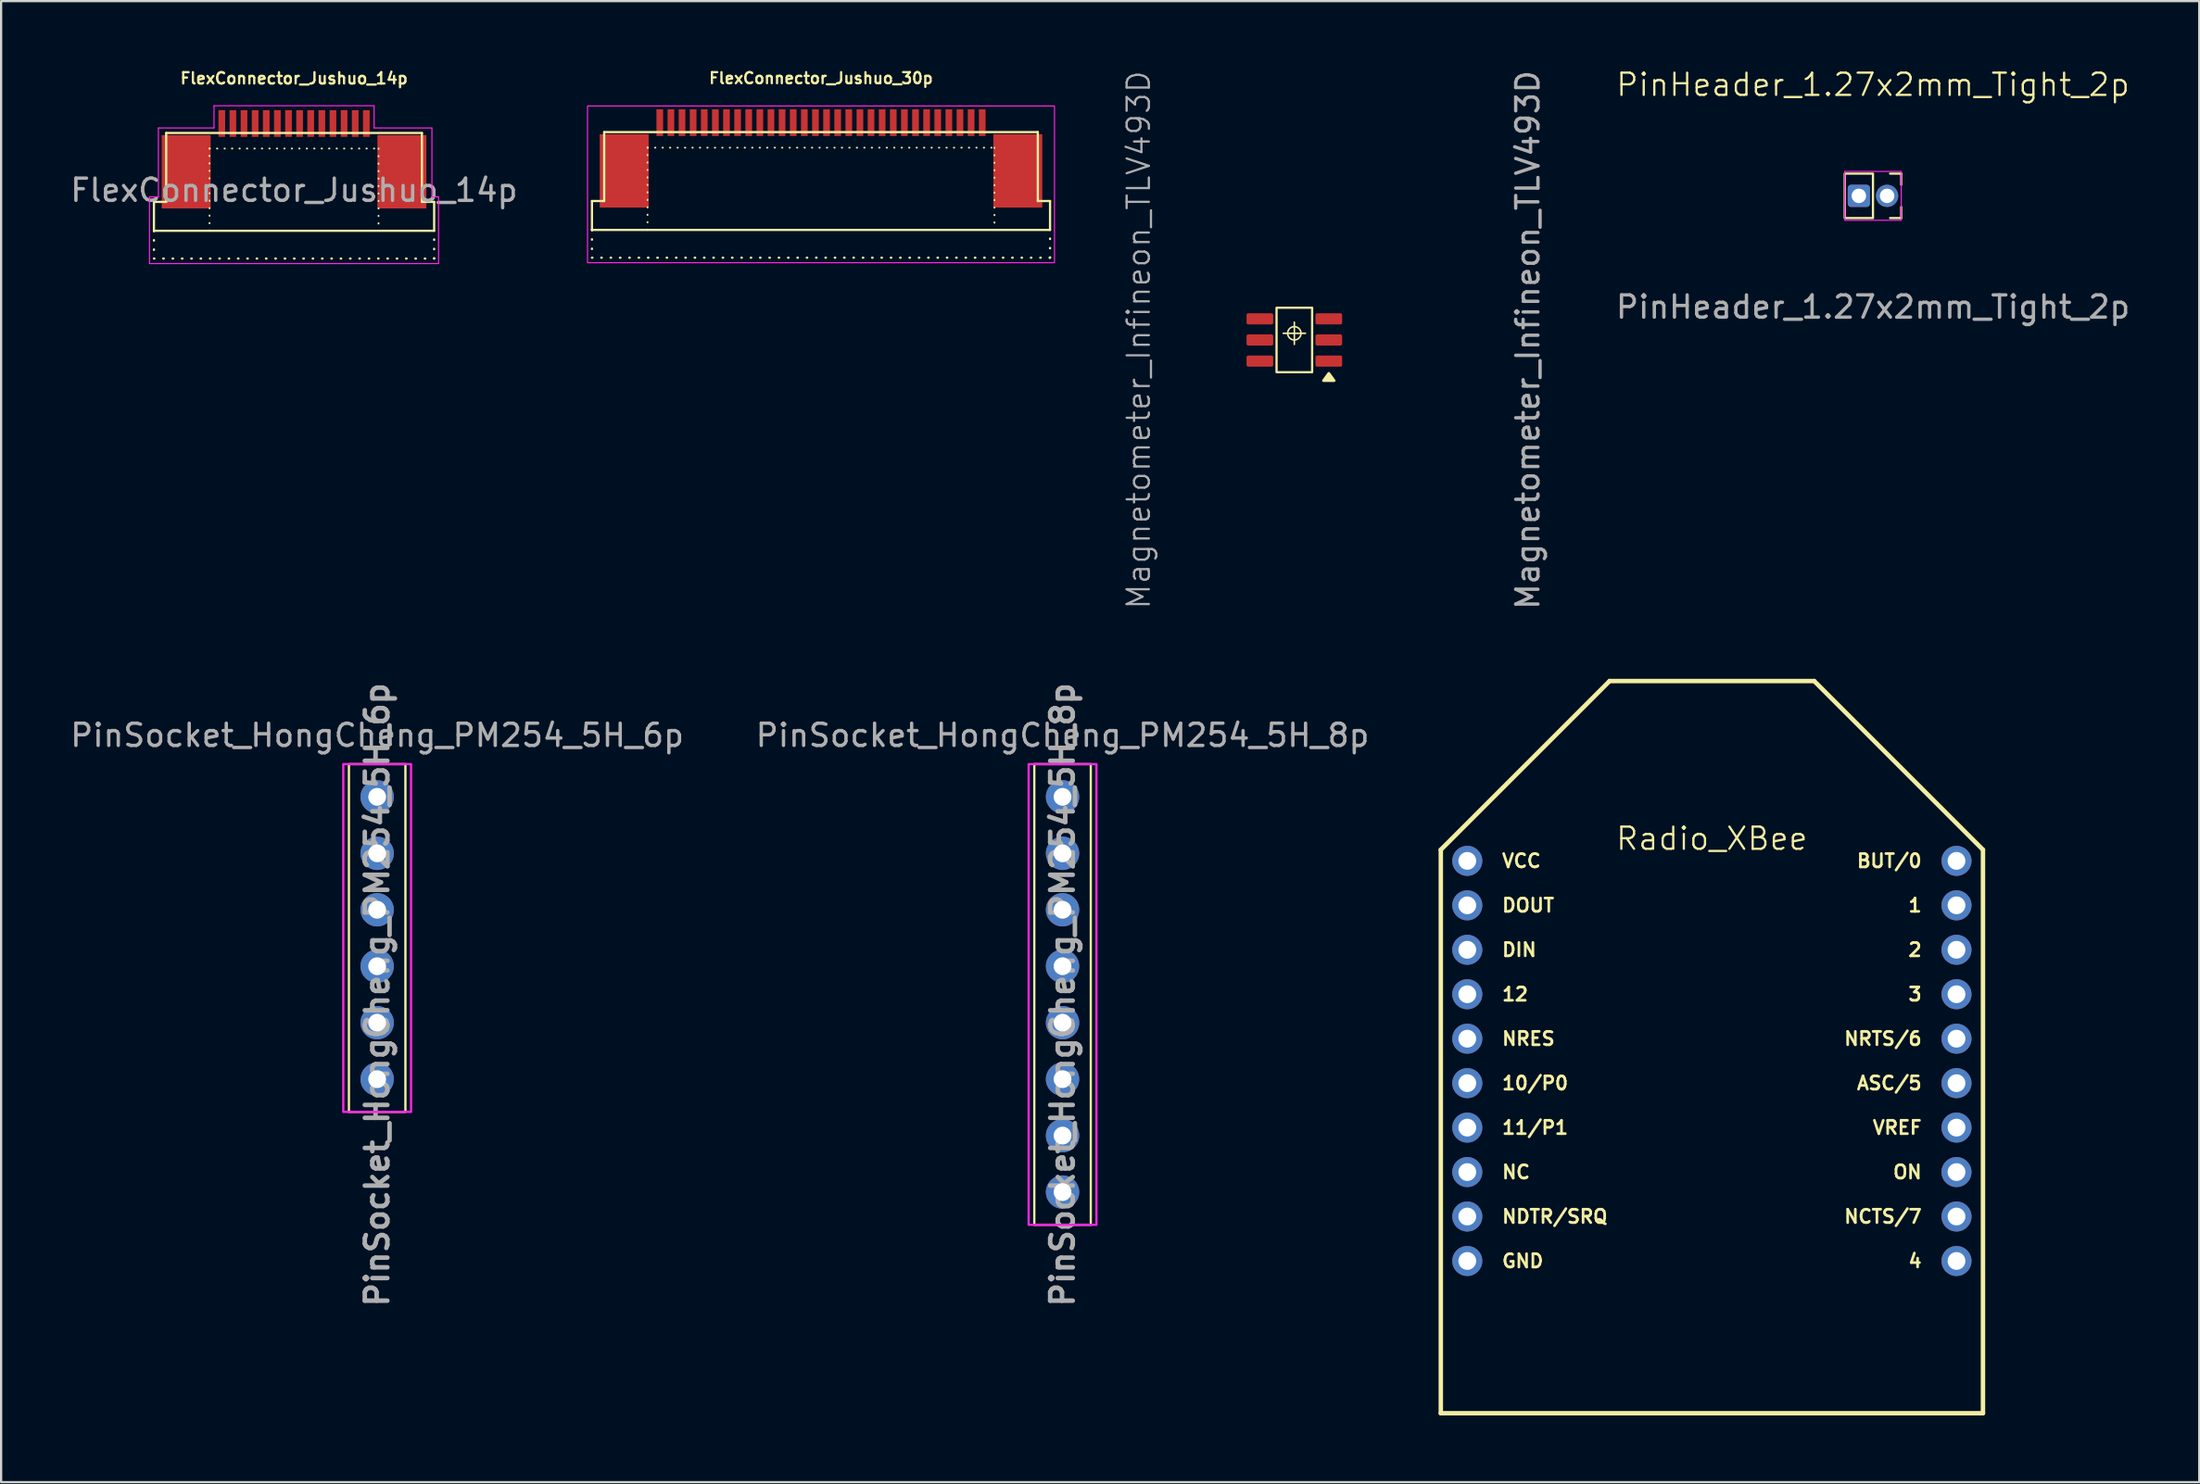
<source format=kicad_pcb>
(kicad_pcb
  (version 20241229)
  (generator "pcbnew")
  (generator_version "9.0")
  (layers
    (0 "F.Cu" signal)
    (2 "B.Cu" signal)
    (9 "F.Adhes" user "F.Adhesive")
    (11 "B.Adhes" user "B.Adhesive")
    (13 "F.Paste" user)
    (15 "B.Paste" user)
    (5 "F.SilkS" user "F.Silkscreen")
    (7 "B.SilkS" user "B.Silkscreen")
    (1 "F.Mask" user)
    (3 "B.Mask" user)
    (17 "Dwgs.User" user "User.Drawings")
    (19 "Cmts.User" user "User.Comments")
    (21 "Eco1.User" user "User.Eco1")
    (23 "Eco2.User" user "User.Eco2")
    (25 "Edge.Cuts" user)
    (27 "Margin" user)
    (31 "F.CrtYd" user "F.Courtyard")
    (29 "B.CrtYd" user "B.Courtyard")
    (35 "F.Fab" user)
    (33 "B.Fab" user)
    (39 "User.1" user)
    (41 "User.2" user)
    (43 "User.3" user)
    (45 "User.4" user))
  (footprint "PinSocket_HongCheng_PM254_5H_8p"
    (layer "F.Cu")
    (at 44.732 32.798)
    (property "Reference" "PinSocket_HongCheng_PM254_5H_8p" (at 0 -2.77 0) (layer "F.Fab") (effects (font (size 1 1) (thickness 0.15))))
    (attr through_hole)
    (fp_rect (start -1.27 -1.47) (end 1.27 19.25) (stroke (width 0.102) (type solid)) (fill no) (layer "F.SilkS"))
    (fp_rect (start -1.524 -1.473) (end 1.524 19.253) (stroke (width 0.102) (type solid)) (fill no) (layer "F.CrtYd"))
    (fp_text user "${REFERENCE}" (at 0 8.9 90) (layer "F.Fab") (effects (font (size 1.016 1.016) (thickness 0.203) (bold yes))))
    (pad "1" thru_hole circle (at 0 0) (size 1.5 1.5) (drill 0.8) (layers "*.Cu" "*.Mask"))
    (pad "2" thru_hole circle (at 0 2.54) (size 1.5 1.5) (drill 0.8) (layers "*.Cu" "*.Mask"))
    (pad "3" thru_hole circle (at 0 5.08) (size 1.5 1.5) (drill 0.8) (layers "*.Cu" "*.Mask"))
    (pad "4" thru_hole circle (at 0 7.62) (size 1.5 1.5) (drill 0.8) (layers "*.Cu" "*.Mask"))
    (pad "5" thru_hole circle (at 0 10.16) (size 1.5 1.5) (drill 0.8) (layers "*.Cu" "*.Mask"))
    (pad "6" thru_hole circle (at 0 12.7) (size 1.5 1.5) (drill 0.8) (layers "*.Cu" "*.Mask"))
    (pad "7" thru_hole circle (at 0 15.24) (size 1.5 1.5) (drill 0.8) (layers "*.Cu" "*.Mask"))
    (pad "8" thru_hole circle (at 0 17.78) (size 1.5 1.5) (drill 0.8) (layers "*.Cu" "*.Mask")))
  (footprint "PinHeader_1.27x2mm_Tight_2p"
    (layer "F.Cu")
    (at 81.177 5.761)
    (property "Reference" "PinHeader_1.27x2mm_Tight_2p" (at 0 -5 0) (unlocked yes) (layer "F.SilkS") (effects (font (size 1 1) (thickness 0.1))))
    (attr through_hole)
    (fp_line (start 0.77 -1) (end 1.27 -1) (stroke (width 0.1) (type solid)) (layer "F.SilkS"))
    (fp_line (start 0.77 1) (end 1.27 1) (stroke (width 0.1) (type solid)) (layer "F.SilkS"))
    (fp_line (start 1.27 -1) (end 1.27 -0.5) (stroke (width 0.1) (type solid)) (layer "F.SilkS"))
    (fp_line (start 1.27 1) (end 1.27 0.5) (stroke (width 0.1) (type default)) (layer "F.SilkS"))
    (fp_rect (start -1.27 -1) (end 0 1) (stroke (width 0.1) (type solid)) (fill no) (layer "F.SilkS"))
    (fp_rect (start -1.27 -1.1) (end 1.27 1.1) (stroke (width 0.05) (type solid)) (fill no) (layer "F.CrtYd"))
    (fp_text user "${REFERENCE}" (at 0 5 0) (unlocked yes) (layer "F.Fab") (effects (font (size 1 1) (thickness 0.15))))
    (pad "1" thru_hole roundrect (at -0.635 0) (size 1 1) (drill 0.65) (layers "*.Cu" "*.Mask") (roundrect_rratio 0.15))
    (pad "2" thru_hole circle (at 0.635 0) (size 1 1) (drill 0.65) (layers "*.Cu" "*.Mask")))
  (footprint "PinSocket_HongCheng_PM254_5H_6p"
    (layer "F.Cu")
    (at 13.911 32.798)
    (property "Reference" "PinSocket_HongCheng_PM254_5H_6p" (at 0 -2.77 0) (layer "F.Fab") (effects (font (size 1 1) (thickness 0.15))))
    (attr through_hole)
    (fp_rect (start -1.27 -1.47) (end 1.27 14.17) (stroke (width 0.102) (type solid)) (fill no) (layer "F.SilkS"))
    (fp_rect (start -1.524 -1.473) (end 1.524 14.173) (stroke (width 0.102) (type solid)) (fill no) (layer "F.CrtYd"))
    (fp_text user "${REFERENCE}" (at 0 8.9 90) (layer "F.Fab") (effects (font (size 1.016 1.016) (thickness 0.203) (bold yes))))
    (pad "1" thru_hole circle (at 0 0) (size 1.5 1.5) (drill 0.8) (layers "*.Cu" "*.Mask"))
    (pad "2" thru_hole circle (at 0 2.54) (size 1.5 1.5) (drill 0.8) (layers "*.Cu" "*.Mask"))
    (pad "3" thru_hole circle (at 0 5.08) (size 1.5 1.5) (drill 0.8) (layers "*.Cu" "*.Mask"))
    (pad "4" thru_hole circle (at 0 7.62) (size 1.5 1.5) (drill 0.8) (layers "*.Cu" "*.Mask"))
    (pad "5" thru_hole circle (at 0 10.16) (size 1.5 1.5) (drill 0.8) (layers "*.Cu" "*.Mask"))
    (pad "6" thru_hole circle (at 0 12.7) (size 1.5 1.5) (drill 0.8) (layers "*.Cu" "*.Mask")))
  (footprint "Radio_XBee"
    (layer "F.Cu")
    (at 73.933 44.678)
    (property "Reference" "Radio_XBee" (at 0 -10 0) (layer "F.SilkS") (effects (font (size 1 1) (thickness 0.1))))
    (attr through_hole exclude_from_pos_files exclude_from_bom)
    (fp_line (start -12.19 -9.5) (end -4.6 -17.09) (stroke (width 0.2) (type solid)) (layer "F.SilkS"))
    (fp_line (start -12.19 15.85) (end -12.19 -9.5) (stroke (width 0.2) (type solid)) (layer "F.SilkS"))
    (fp_line (start -12.19 15.85) (end 12.19 15.85) (stroke (width 0.2) (type solid)) (layer "F.SilkS"))
    (fp_line (start -4.6 -17.09) (end 4.6 -17.09) (stroke (width 0.2) (type solid)) (layer "F.SilkS"))
    (fp_line (start 12.19 -9.5) (end 4.6 -17.09) (stroke (width 0.2) (type solid)) (layer "F.SilkS"))
    (fp_line (start 12.19 15.85) (end 12.19 -9.5) (stroke (width 0.2) (type solid)) (layer "F.SilkS"))
    (fp_text user "NC" (at -9.5 5 0) (unlocked yes) (layer "F.SilkS") (effects (font (size 0.6 0.6) (thickness 0.12) (bold yes)) (justify left)))
    (fp_text user "1" (at 9.5 -7 0) (unlocked yes) (layer "F.SilkS") (effects (font (size 0.6 0.6) (thickness 0.12) (bold yes)) (justify right)))
    (fp_text user "DOUT" (at -9.5 -7 0) (unlocked yes) (layer "F.SilkS") (effects (font (size 0.6 0.6) (thickness 0.12) (bold yes)) (justify left)))
    (fp_text user "VCC" (at -9.5 -9 0) (unlocked yes) (layer "F.SilkS") (effects (font (size 0.6 0.6) (thickness 0.12) (bold yes)) (justify left)))
    (fp_text user "ON" (at 9.5 5 0) (unlocked yes) (layer "F.SilkS") (effects (font (size 0.6 0.6) (thickness 0.12) (bold yes)) (justify right)))
    (fp_text user "NCTS/7" (at 9.5 7 0) (unlocked yes) (layer "F.SilkS") (effects (font (size 0.6 0.6) (thickness 0.12) (bold yes)) (justify right)))
    (fp_text user "11/P1" (at -9.5 3 0) (unlocked yes) (layer "F.SilkS") (effects (font (size 0.6 0.6) (thickness 0.12) (bold yes)) (justify left)))
    (fp_text user "NDTR/SRQ" (at -9.5 7 0) (unlocked yes) (layer "F.SilkS") (effects (font (size 0.6 0.6) (thickness 0.12) (bold yes)) (justify left)))
    (fp_text user "10/P0" (at -9.5 1 0) (unlocked yes) (layer "F.SilkS") (effects (font (size 0.6 0.6) (thickness 0.12) (bold yes)) (justify left)))
    (fp_text user "12" (at -9.5 -3 0) (unlocked yes) (layer "F.SilkS") (effects (font (size 0.6 0.6) (thickness 0.12) (bold yes)) (justify left)))
    (fp_text user "DIN" (at -9.5 -5 0) (unlocked yes) (layer "F.SilkS") (effects (font (size 0.6 0.6) (thickness 0.12) (bold yes)) (justify left)))
    (fp_text user "BUT/0" (at 9.5 -9 0) (unlocked yes) (layer "F.SilkS") (effects (font (size 0.6 0.6) (thickness 0.12) (bold yes)) (justify right)))
    (fp_text user "GND" (at -9.5 9 0) (unlocked yes) (layer "F.SilkS") (effects (font (size 0.6 0.6) (thickness 0.12) (bold yes)) (justify left)))
    (fp_text user "3" (at 9.5 -3 0) (unlocked yes) (layer "F.SilkS") (effects (font (size 0.6 0.6) (thickness 0.12) (bold yes)) (justify right)))
    (fp_text user "4" (at 9.5 9 0) (unlocked yes) (layer "F.SilkS") (effects (font (size 0.6 0.6) (thickness 0.12) (bold yes)) (justify right)))
    (fp_text user "NRTS/6" (at 9.5 -1 0) (unlocked yes) (layer "F.SilkS") (effects (font (size 0.6 0.6) (thickness 0.12) (bold yes)) (justify right)))
    (fp_text user "VREF" (at 9.5 3 0) (unlocked yes) (layer "F.SilkS") (effects (font (size 0.6 0.6) (thickness 0.12) (bold yes)) (justify right)))
    (fp_text user "ASC/5" (at 9.5 1 0) (unlocked yes) (layer "F.SilkS") (effects (font (size 0.6 0.6) (thickness 0.12) (bold yes)) (justify right)))
    (fp_text user "NRES" (at -9.5 -1 0) (unlocked yes) (layer "F.SilkS") (effects (font (size 0.6 0.6) (thickness 0.12) (bold yes)) (justify left)))
    (fp_text user "2" (at 9.5 -5 0) (unlocked yes) (layer "F.SilkS") (effects (font (size 0.6 0.6) (thickness 0.12) (bold yes)) (justify right)))
    (pad "1" thru_hole circle (at -11 -9) (size 1.35 1.35) (drill 0.8) (layers "*.Cu" "*.Mask"))
    (pad "2" thru_hole oval (at -11 -7) (size 1.35 1.35) (drill 0.8) (layers "*.Cu" "*.Mask"))
    (pad "3" thru_hole oval (at -11 -5) (size 1.35 1.35) (drill 0.8) (layers "*.Cu" "*.Mask"))
    (pad "4" thru_hole oval (at -11 -3) (size 1.35 1.35) (drill 0.8) (layers "*.Cu" "*.Mask"))
    (pad "5" thru_hole oval (at -11 -1) (size 1.35 1.35) (drill 0.8) (layers "*.Cu" "*.Mask"))
    (pad "6" thru_hole oval (at -11 1) (size 1.35 1.35) (drill 0.8) (layers "*.Cu" "*.Mask"))
    (pad "7" thru_hole oval (at -11 3) (size 1.35 1.35) (drill 0.8) (layers "*.Cu" "*.Mask"))
    (pad "8" thru_hole oval (at -11 5) (size 1.35 1.35) (drill 0.8) (layers "*.Cu" "*.Mask"))
    (pad "9" thru_hole oval (at -11 7) (size 1.35 1.35) (drill 0.8) (layers "*.Cu" "*.Mask"))
    (pad "10" thru_hole oval (at -11 9) (size 1.35 1.35) (drill 0.8) (layers "*.Cu" "*.Mask"))
    (pad "11" thru_hole circle (at 11 9 180) (size 1.35 1.35) (drill 0.8) (layers "*.Cu" "*.Mask"))
    (pad "12" thru_hole oval (at 11 7 180) (size 1.35 1.35) (drill 0.8) (layers "*.Cu" "*.Mask"))
    (pad "13" thru_hole oval (at 11 5 180) (size 1.35 1.35) (drill 0.8) (layers "*.Cu" "*.Mask"))
    (pad "14" thru_hole oval (at 11 3 180) (size 1.35 1.35) (drill 0.8) (layers "*.Cu" "*.Mask"))
    (pad "15" thru_hole oval (at 11 1 180) (size 1.35 1.35) (drill 0.8) (layers "*.Cu" "*.Mask"))
    (pad "16" thru_hole oval (at 11 -1 180) (size 1.35 1.35) (drill 0.8) (layers "*.Cu" "*.Mask"))
    (pad "17" thru_hole oval (at 11 -3 180) (size 1.35 1.35) (drill 0.8) (layers "*.Cu" "*.Mask"))
    (pad "18" thru_hole oval (at 11 -5 180) (size 1.35 1.35) (drill 0.8) (layers "*.Cu" "*.Mask"))
    (pad "19" thru_hole oval (at 11 -7 180) (size 1.35 1.35) (drill 0.8) (layers "*.Cu" "*.Mask"))
    (pad "20" thru_hole oval (at 11 -9 180) (size 1.35 1.35) (drill 0.8) (layers "*.Cu" "*.Mask")))
  (footprint "FlexConnector_Jushuo_14p"
    (layer "F.Cu")
    (at 10.173 2.507)
    (property "Reference" "FlexConnector_Jushuo_14p" (at 0 -2.032 0) (unlocked yes) (layer "F.SilkS") (effects (font (size 0.508 0.508) (thickness 0.102) (bold yes))))
    (attr smd)
    (fp_line (start -6.3 4.825) (end -6.3 3.525) (stroke (width 0.1) (type default)) (layer "F.SilkS"))
    (fp_line (start -6.3 4.825) (end -6.3 6.075) (stroke (width 0.1) (type dot)) (layer "F.SilkS"))
    (fp_line (start -6.3 4.825) (end 6.3 4.825) (stroke (width 0.1) (type default)) (layer "F.SilkS"))
    (fp_line (start -6.3 6.075) (end 6.3 6.075) (stroke (width 0.1) (type dot)) (layer "F.SilkS"))
    (fp_line (start -5.75 0.425) (end -5.75 3.525) (stroke (width 0.1) (type default)) (layer "F.SilkS"))
    (fp_line (start -5.75 0.425) (end 5.75 0.425) (stroke (width 0.1) (type default)) (layer "F.SilkS"))
    (fp_line (start -5.75 3.525) (end -6.3 3.525) (stroke (width 0.1) (type default)) (layer "F.SilkS"))
    (fp_line (start -3.8 1.125) (end 3.8 1.125) (stroke (width 0.08) (type dot)) (layer "F.SilkS"))
    (fp_line (start -3.8 4.825) (end -3.8 1.125) (stroke (width 0.08) (type dot)) (layer "F.SilkS"))
    (fp_line (start 3.8 1.125) (end 3.8 4.825) (stroke (width 0.08) (type dot)) (layer "F.SilkS"))
    (fp_line (start 5.75 0.425) (end 5.75 3.525) (stroke (width 0.1) (type default)) (layer "F.SilkS"))
    (fp_line (start 6.3 3.525) (end 5.75 3.525) (stroke (width 0.1) (type default)) (layer "F.SilkS"))
    (fp_line (start 6.3 4.825) (end 6.3 3.525) (stroke (width 0.1) (type default)) (layer "F.SilkS"))
    (fp_line (start 6.3 6.075) (end 6.3 4.825) (stroke (width 0.1) (type dot)) (layer "F.SilkS"))
    (fp_line (start -6.5 3.3) (end -6.1 3.3) (stroke (width 0.05) (type default)) (layer "F.CrtYd"))
    (fp_line (start -6.5 6.3) (end -6.5 3.3) (stroke (width 0.05) (type default)) (layer "F.CrtYd"))
    (fp_line (start -6.1 0.2) (end -3.6 0.2) (stroke (width 0.05) (type default)) (layer "F.CrtYd"))
    (fp_line (start -6.1 3.3) (end -6.1 0.2) (stroke (width 0.05) (type default)) (layer "F.CrtYd"))
    (fp_line (start -3.6 -0.8) (end 3.6 -0.8) (stroke (width 0.05) (type default)) (layer "F.CrtYd"))
    (fp_line (start -3.6 0.2) (end -3.6 -0.8) (stroke (width 0.05) (type default)) (layer "F.CrtYd"))
    (fp_line (start 3.6 -0.8) (end 3.6 0.2) (stroke (width 0.05) (type default)) (layer "F.CrtYd"))
    (fp_line (start 3.6 0.2) (end 6.2 0.2) (stroke (width 0.05) (type default)) (layer "F.CrtYd"))
    (fp_line (start 6.2 0.2) (end 6.2 3.3) (stroke (width 0.05) (type default)) (layer "F.CrtYd"))
    (fp_line (start 6.2 3.3) (end 6.5 3.3) (stroke (width 0.05) (type default)) (layer "F.CrtYd"))
    (fp_line (start 6.5 3.3) (end 6.5 6.3) (stroke (width 0.05) (type default)) (layer "F.CrtYd"))
    (fp_line (start 6.5 6.3) (end -6.5 6.3) (stroke (width 0.05) (type default)) (layer "F.CrtYd"))
    (fp_text user "${REFERENCE}" (at 0 3 0) (unlocked yes) (layer "F.Fab") (effects (font (size 1 1) (thickness 0.15))))
    (pad "1" smd rect (at -3.25 0) (size 0.3 1.2) (layers "F.Cu" "F.Mask" "F.Paste"))
    (pad "2" smd rect (at -2.75 0) (size 0.3 1.2) (layers "F.Cu" "F.Mask" "F.Paste"))
    (pad "3" smd rect (at -2.25 0) (size 0.3 1.2) (layers "F.Cu" "F.Mask" "F.Paste"))
    (pad "4" smd rect (at -1.75 0) (size 0.3 1.2) (layers "F.Cu" "F.Mask" "F.Paste"))
    (pad "5" smd rect (at -1.25 0) (size 0.3 1.2) (layers "F.Cu" "F.Mask" "F.Paste"))
    (pad "6" smd rect (at -0.75 0) (size 0.3 1.2) (layers "F.Cu" "F.Mask" "F.Paste"))
    (pad "7" smd rect (at -0.25 0) (size 0.3 1.2) (layers "F.Cu" "F.Mask" "F.Paste"))
    (pad "8" smd rect (at 0.25 0) (size 0.3 1.2) (layers "F.Cu" "F.Mask" "F.Paste"))
    (pad "9" smd rect (at 0.75 0) (size 0.3 1.2) (layers "F.Cu" "F.Mask" "F.Paste"))
    (pad "10" smd rect (at 1.25 0) (size 0.3 1.2) (layers "F.Cu" "F.Mask" "F.Paste"))
    (pad "11" smd rect (at 1.75 0) (size 0.3 1.2) (layers "F.Cu" "F.Mask" "F.Paste"))
    (pad "12" smd rect (at 2.25 0) (size 0.3 1.2) (layers "F.Cu" "F.Mask" "F.Paste"))
    (pad "13" smd rect (at 2.75 0) (size 0.3 1.2) (layers "F.Cu" "F.Mask" "F.Paste"))
    (pad "14" smd rect (at 3.25 0) (size 0.3 1.2) (layers "F.Cu" "F.Mask" "F.Paste"))
    (pad "MP" smd rect (at -4.85 2.17) (size 2.2 3.3) (layers "F.Cu" "F.Mask" "F.Paste"))
    (pad "MP" smd rect (at 4.85 2.17) (size 2.2 3.3) (layers "F.Cu" "F.Mask" "F.Paste")))
  (footprint "FlexConnector_Jushuo_30p"
    (layer "F.Cu")
    (at 33.87 2.468)
    (property "Reference" "FlexConnector_Jushuo_30p" (at 0 -2 0) (unlocked yes) (layer "F.SilkS") (effects (font (size 0.5 0.5) (thickness 0.1) (bold yes))))
    (attr smd)
    (fp_line (start -10.3 4.825) (end -10.3 3.525) (stroke (width 0.1) (type default)) (layer "F.SilkS"))
    (fp_line (start -10.3 4.825) (end -10.3 6.075) (stroke (width 0.1) (type dot)) (layer "F.SilkS"))
    (fp_line (start -10.3 4.825) (end 10.3 4.825) (stroke (width 0.1) (type default)) (layer "F.SilkS"))
    (fp_line (start -10.3 6.075) (end 10.3 6.075) (stroke (width 0.1) (type dot)) (layer "F.SilkS"))
    (fp_line (start -9.75 0.425) (end -9.75 3.525) (stroke (width 0.1) (type default)) (layer "F.SilkS"))
    (fp_line (start -9.75 0.425) (end 9.75 0.425) (stroke (width 0.1) (type default)) (layer "F.SilkS"))
    (fp_line (start -9.75 3.525) (end -10.3 3.525) (stroke (width 0.1) (type default)) (layer "F.SilkS"))
    (fp_line (start -7.8 1.125) (end 7.8 1.125) (stroke (width 0.08) (type dot)) (layer "F.SilkS"))
    (fp_line (start -7.8 4.825) (end -7.8 1.125) (stroke (width 0.08) (type dot)) (layer "F.SilkS"))
    (fp_line (start 7.8 1.125) (end 7.8 4.825) (stroke (width 0.08) (type dot)) (layer "F.SilkS"))
    (fp_line (start 9.75 0.425) (end 9.75 3.525) (stroke (width 0.1) (type default)) (layer "F.SilkS"))
    (fp_line (start 10.3 3.525) (end 9.75 3.525) (stroke (width 0.1) (type default)) (layer "F.SilkS"))
    (fp_line (start 10.3 4.825) (end 10.3 3.525) (stroke (width 0.1) (type default)) (layer "F.SilkS"))
    (fp_line (start 10.3 6.075) (end 10.3 4.825) (stroke (width 0.1) (type dot)) (layer "F.SilkS"))
    (fp_rect (start -10.5 -0.75) (end 10.5 6.3) (stroke (width 0.05) (type default)) (fill no) (layer "F.CrtYd"))
    (pad "1" smd rect (at -7.25 0) (size 0.3 1.2) (layers "F.Cu" "F.Mask" "F.Paste"))
    (pad "2" smd rect (at -6.75 0) (size 0.3 1.2) (layers "F.Cu" "F.Mask" "F.Paste"))
    (pad "3" smd rect (at -6.25 0) (size 0.3 1.2) (layers "F.Cu" "F.Mask" "F.Paste"))
    (pad "4" smd rect (at -5.75 0) (size 0.3 1.2) (layers "F.Cu" "F.Mask" "F.Paste"))
    (pad "5" smd rect (at -5.25 0) (size 0.3 1.2) (layers "F.Cu" "F.Mask" "F.Paste"))
    (pad "6" smd rect (at -4.75 0) (size 0.3 1.2) (layers "F.Cu" "F.Mask" "F.Paste"))
    (pad "7" smd rect (at -4.25 0) (size 0.3 1.2) (layers "F.Cu" "F.Mask" "F.Paste"))
    (pad "8" smd rect (at -3.75 0) (size 0.3 1.2) (layers "F.Cu" "F.Mask" "F.Paste"))
    (pad "9" smd rect (at -3.25 0) (size 0.3 1.2) (layers "F.Cu" "F.Mask" "F.Paste"))
    (pad "10" smd rect (at -2.75 0) (size 0.3 1.2) (layers "F.Cu" "F.Mask" "F.Paste"))
    (pad "11" smd rect (at -2.25 0) (size 0.3 1.2) (layers "F.Cu" "F.Mask" "F.Paste"))
    (pad "12" smd rect (at -1.75 0) (size 0.3 1.2) (layers "F.Cu" "F.Mask" "F.Paste"))
    (pad "13" smd rect (at -1.25 0) (size 0.3 1.2) (layers "F.Cu" "F.Mask" "F.Paste"))
    (pad "14" smd rect (at -0.75 0) (size 0.3 1.2) (layers "F.Cu" "F.Mask" "F.Paste"))
    (pad "15" smd rect (at -0.25 0) (size 0.3 1.2) (layers "F.Cu" "F.Mask" "F.Paste"))
    (pad "16" smd rect (at 0.25 0) (size 0.3 1.2) (layers "F.Cu" "F.Mask" "F.Paste"))
    (pad "17" smd rect (at 0.75 0) (size 0.3 1.2) (layers "F.Cu" "F.Mask" "F.Paste"))
    (pad "18" smd rect (at 1.25 0) (size 0.3 1.2) (layers "F.Cu" "F.Mask" "F.Paste"))
    (pad "19" smd rect (at 2.25 0) (size 0.3 1.2) (layers "F.Cu" "F.Mask" "F.Paste"))
    (pad "20" smd rect (at 1.75 0) (size 0.3 1.2) (layers "F.Cu" "F.Mask" "F.Paste"))
    (pad "21" smd rect (at 2.75 0) (size 0.3 1.2) (layers "F.Cu" "F.Mask" "F.Paste"))
    (pad "22" smd rect (at 3.25 0) (size 0.3 1.2) (layers "F.Cu" "F.Mask" "F.Paste"))
    (pad "23" smd rect (at 3.75 0) (size 0.3 1.2) (layers "F.Cu" "F.Mask" "F.Paste"))
    (pad "24" smd rect (at 4.25 0) (size 0.3 1.2) (layers "F.Cu" "F.Mask" "F.Paste"))
    (pad "25" smd rect (at 4.75 0) (size 0.3 1.2) (layers "F.Cu" "F.Mask" "F.Paste"))
    (pad "26" smd rect (at 5.25 0) (size 0.3 1.2) (layers "F.Cu" "F.Mask" "F.Paste"))
    (pad "27" smd rect (at 5.75 0) (size 0.3 1.2) (layers "F.Cu" "F.Mask" "F.Paste"))
    (pad "28" smd rect (at 6.25 0) (size 0.3 1.2) (layers "F.Cu" "F.Mask" "F.Paste"))
    (pad "29" smd rect (at 6.75 0) (size 0.3 1.2) (layers "F.Cu" "F.Mask" "F.Paste"))
    (pad "30" smd rect (at 7.25 0) (size 0.3 1.2) (layers "F.Cu" "F.Mask" "F.Paste"))
    (pad "MP" smd rect (at -8.85 2.17) (size 2.2 3.3) (layers "F.Cu" "F.Mask" "F.Paste"))
    (pad "MP" smd rect (at 8.85 2.17) (size 2.2 3.3) (layers "F.Cu" "F.Mask" "F.Paste")))
  (footprint "Magnetometer_Infineon_TLV493D"
    (layer "F.Cu")
    (at 55.156 12.244)
    (property "Reference" "Magnetometer_Infineon_TLV493D" (at -7 0 90) (unlocked yes) (layer "F.Fab") (effects (font (size 1 1) (thickness 0.1))))
    (attr smd)
    (fp_line (start -0.5 -0.3) (end 0.5 -0.3) (stroke (width 0.07) (type solid)) (layer "F.SilkS"))
    (fp_line (start 0 0.2) (end 0 -0.8) (stroke (width 0.07) (type solid)) (layer "F.SilkS"))
    (fp_rect (start -0.8 -1.45) (end 0.8 1.45) (stroke (width 0.1) (type solid)) (fill no) (layer "F.SilkS"))
    (fp_circle (center 0 -0.3) (end 0 -0.6) (stroke (width 0.07) (type solid)) (fill no) (layer "F.SilkS"))
    (fp_poly (pts (xy 1.55 1.5) (xy 1.79 1.83) (xy 1.31 1.83)) (stroke (width 0.12) (type solid)) (fill yes) (layer "F.SilkS"))
    (fp_text user "${REFERENCE}" (at 10.5 0 90) (unlocked yes) (layer "F.Fab") (effects (font (size 1 1) (thickness 0.15))))
    (pad "1" smd roundrect (at 1.55 0.95 90) (size 0.5 1.2) (layers "F.Cu" "F.Mask" "F.Paste") (roundrect_rratio 0.15))
    (pad "2" smd roundrect (at 1.55 0 90) (size 0.5 1.2) (layers "F.Cu" "F.Mask" "F.Paste") (roundrect_rratio 0.15))
    (pad "3" smd roundrect (at 1.55 -0.95 90) (size 0.5 1.2) (layers "F.Cu" "F.Mask" "F.Paste") (roundrect_rratio 0.15))
    (pad "4" smd roundrect (at -1.55 -0.95 270) (size 0.5 1.2) (layers "F.Cu" "F.Mask" "F.Paste") (roundrect_rratio 0.15))
    (pad "5" smd roundrect (at -1.55 0 270) (size 0.5 1.2) (layers "F.Cu" "F.Mask" "F.Paste") (roundrect_rratio 0.15))
    (pad "6" smd roundrect (at -1.55 0.95 270) (size 0.5 1.2) (layers "F.Cu" "F.Mask" "F.Paste") (roundrect_rratio 0.15)))
  (gr_rect
    (start -3 -3)
    (end 95.849 63.628)
    (stroke (width 0.1) (type default))
    (fill no)
    (layer "Edge.Cuts")))
</source>
